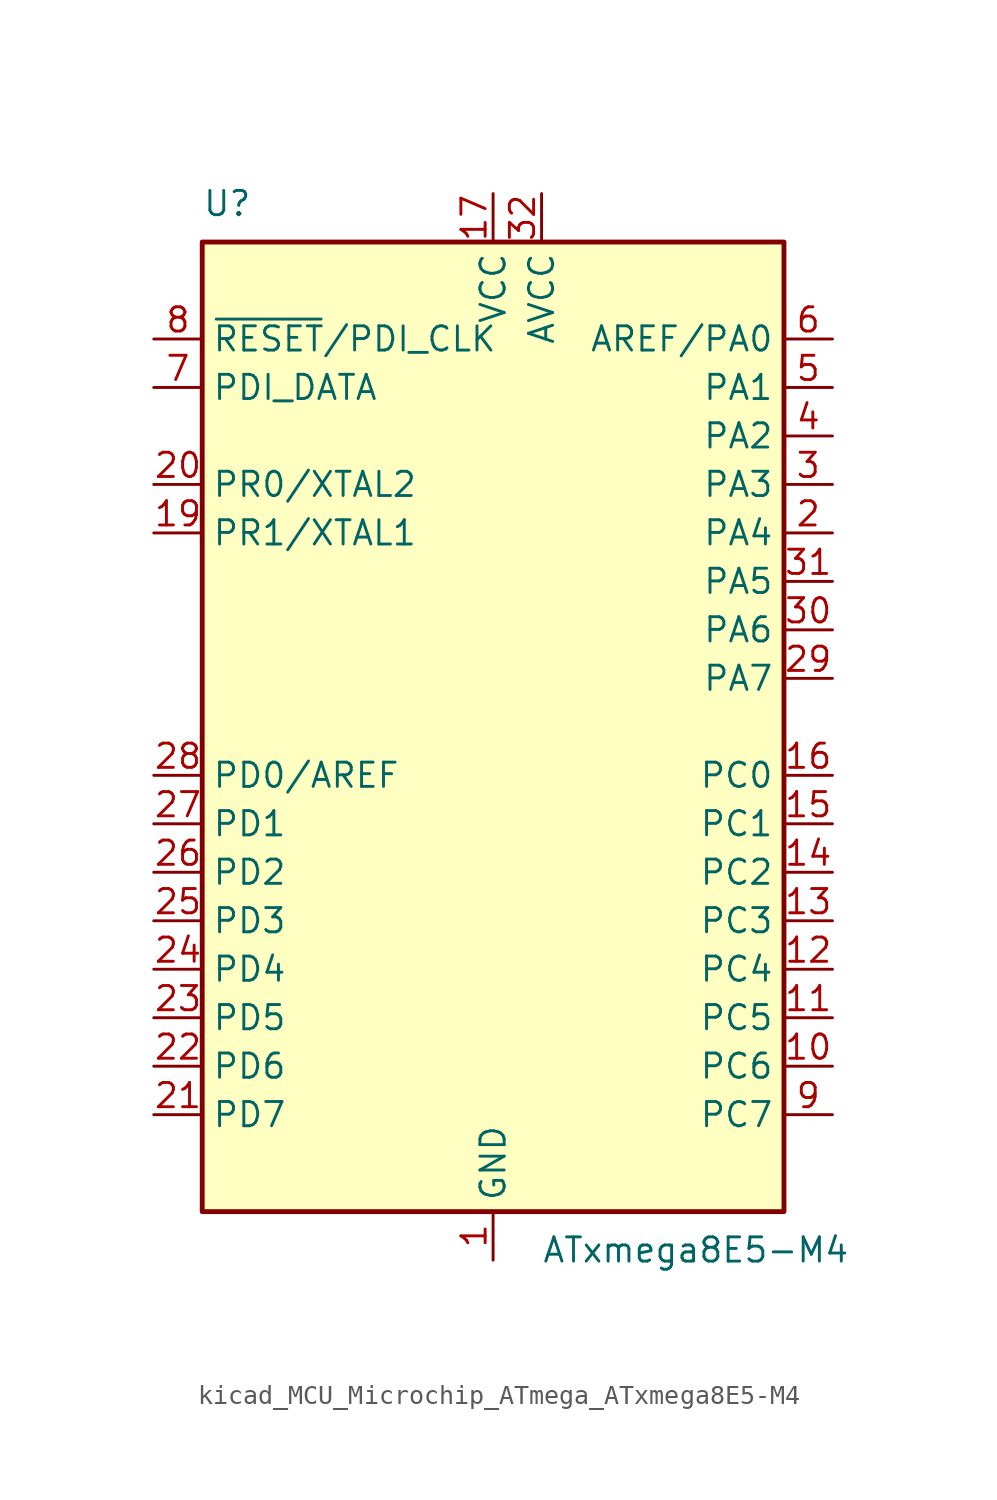
<source format=kicad_sym>
(kicad_symbol_lib
  (version 20220914)
  (generator kicad_symbol_editor)
  (symbol "kicad_MCU_Microchip_ATmega_ATxmega8E5-M4"
    (property "Reference" "U"
      (at -15.24 26.67 0)
      (effects (font (size 1.27 1.27)) (justify left bottom)))
    (property "Value" "ATxmega8E5-M4"
      (at 2.54 -26.67 0)
      (effects (font (size 1.27 1.27)) (justify left top)))
    (symbol "kicad_MCU_Microchip_ATmega_ATxmega8E5-M4_0_1"
      (rectangle (start -15.24 -25.4) (end 15.24 25.4) (stroke (width 0.254) (type default)) (fill (type background))))
    (symbol "kicad_MCU_Microchip_ATmega_ATxmega8E5-M4_1_1"
      (pin power_in line (at 0 -27.94 90) (length 2.54) (name "GND" (effects (font (size 1.27 1.27)))) (number "1" (effects (font (size 1.27 1.27)))))
      (pin bidirectional line (at 17.78 -17.78 180) (length 2.54) (name "PC6" (effects (font (size 1.27 1.27)))) (number "10" (effects (font (size 1.27 1.27)))))
      (pin bidirectional line (at 17.78 -15.24 180) (length 2.54) (name "PC5" (effects (font (size 1.27 1.27)))) (number "11" (effects (font (size 1.27 1.27)))))
      (pin bidirectional line (at 17.78 -12.7 180) (length 2.54) (name "PC4" (effects (font (size 1.27 1.27)))) (number "12" (effects (font (size 1.27 1.27)))))
      (pin bidirectional line (at 17.78 -10.16 180) (length 2.54) (name "PC3" (effects (font (size 1.27 1.27)))) (number "13" (effects (font (size 1.27 1.27)))))
      (pin bidirectional line (at 17.78 -7.62 180) (length 2.54) (name "PC2" (effects (font (size 1.27 1.27)))) (number "14" (effects (font (size 1.27 1.27)))))
      (pin bidirectional line (at 17.78 -5.08 180) (length 2.54) (name "PC1" (effects (font (size 1.27 1.27)))) (number "15" (effects (font (size 1.27 1.27)))))
      (pin bidirectional line (at 17.78 -2.54 180) (length 2.54) (name "PC0" (effects (font (size 1.27 1.27)))) (number "16" (effects (font (size 1.27 1.27)))))
      (pin power_in line (at 0 27.94 270) (length 2.54) (name "VCC" (effects (font (size 1.27 1.27)))) (number "17" (effects (font (size 1.27 1.27)))))
      (pin passive line (at 0 -27.94 90) (length 2.54) hide (name "GND" (effects (font (size 1.27 1.27)))) (number "18" (effects (font (size 1.27 1.27)))))
      (pin bidirectional line (at -17.78 10.16 0) (length 2.54) (name "PR1/XTAL1" (effects (font (size 1.27 1.27)))) (number "19" (effects (font (size 1.27 1.27)))))
      (pin bidirectional line (at 17.78 10.16 180) (length 2.54) (name "PA4" (effects (font (size 1.27 1.27)))) (number "2" (effects (font (size 1.27 1.27)))))
      (pin bidirectional line (at -17.78 12.7 0) (length 2.54) (name "PR0/XTAL2" (effects (font (size 1.27 1.27)))) (number "20" (effects (font (size 1.27 1.27)))))
      (pin bidirectional line (at -17.78 -20.32 0) (length 2.54) (name "PD7" (effects (font (size 1.27 1.27)))) (number "21" (effects (font (size 1.27 1.27)))))
      (pin bidirectional line (at -17.78 -17.78 0) (length 2.54) (name "PD6" (effects (font (size 1.27 1.27)))) (number "22" (effects (font (size 1.27 1.27)))))
      (pin bidirectional line (at -17.78 -15.24 0) (length 2.54) (name "PD5" (effects (font (size 1.27 1.27)))) (number "23" (effects (font (size 1.27 1.27)))))
      (pin bidirectional line (at -17.78 -12.7 0) (length 2.54) (name "PD4" (effects (font (size 1.27 1.27)))) (number "24" (effects (font (size 1.27 1.27)))))
      (pin bidirectional line (at -17.78 -10.16 0) (length 2.54) (name "PD3" (effects (font (size 1.27 1.27)))) (number "25" (effects (font (size 1.27 1.27)))))
      (pin bidirectional line (at -17.78 -7.62 0) (length 2.54) (name "PD2" (effects (font (size 1.27 1.27)))) (number "26" (effects (font (size 1.27 1.27)))))
      (pin bidirectional line (at -17.78 -5.08 0) (length 2.54) (name "PD1" (effects (font (size 1.27 1.27)))) (number "27" (effects (font (size 1.27 1.27)))))
      (pin bidirectional line (at -17.78 -2.54 0) (length 2.54) (name "PD0/AREF" (effects (font (size 1.27 1.27)))) (number "28" (effects (font (size 1.27 1.27)))))
      (pin bidirectional line (at 17.78 2.54 180) (length 2.54) (name "PA7" (effects (font (size 1.27 1.27)))) (number "29" (effects (font (size 1.27 1.27)))))
      (pin bidirectional line (at 17.78 12.7 180) (length 2.54) (name "PA3" (effects (font (size 1.27 1.27)))) (number "3" (effects (font (size 1.27 1.27)))))
      (pin bidirectional line (at 17.78 5.08 180) (length 2.54) (name "PA6" (effects (font (size 1.27 1.27)))) (number "30" (effects (font (size 1.27 1.27)))))
      (pin bidirectional line (at 17.78 7.62 180) (length 2.54) (name "PA5" (effects (font (size 1.27 1.27)))) (number "31" (effects (font (size 1.27 1.27)))))
      (pin power_in line (at 2.54 27.94 270) (length 2.54) (name "AVCC" (effects (font (size 1.27 1.27)))) (number "32" (effects (font (size 1.27 1.27)))))
      (pin passive line (at 0 -27.94 90) (length 2.54) hide (name "GND" (effects (font (size 1.27 1.27)))) (number "33" (effects (font (size 1.27 1.27)))))
      (pin bidirectional line (at 17.78 15.24 180) (length 2.54) (name "PA2" (effects (font (size 1.27 1.27)))) (number "4" (effects (font (size 1.27 1.27)))))
      (pin bidirectional line (at 17.78 17.78 180) (length 2.54) (name "PA1" (effects (font (size 1.27 1.27)))) (number "5" (effects (font (size 1.27 1.27)))))
      (pin bidirectional line (at 17.78 20.32 180) (length 2.54) (name "AREF/PA0" (effects (font (size 1.27 1.27)))) (number "6" (effects (font (size 1.27 1.27)))))
      (pin bidirectional line (at -17.78 17.78 0) (length 2.54) (name "PDI_DATA" (effects (font (size 1.27 1.27)))) (number "7" (effects (font (size 1.27 1.27)))))
      (pin input line (at -17.78 20.32 0) (length 2.54) (name "~{RESET}/PDI_CLK" (effects (font (size 1.27 1.27)))) (number "8" (effects (font (size 1.27 1.27)))))
      (pin bidirectional line (at 17.78 -20.32 180) (length 2.54) (name "PC7" (effects (font (size 1.27 1.27)))) (number "9" (effects (font (size 1.27 1.27))))))))
</source>
